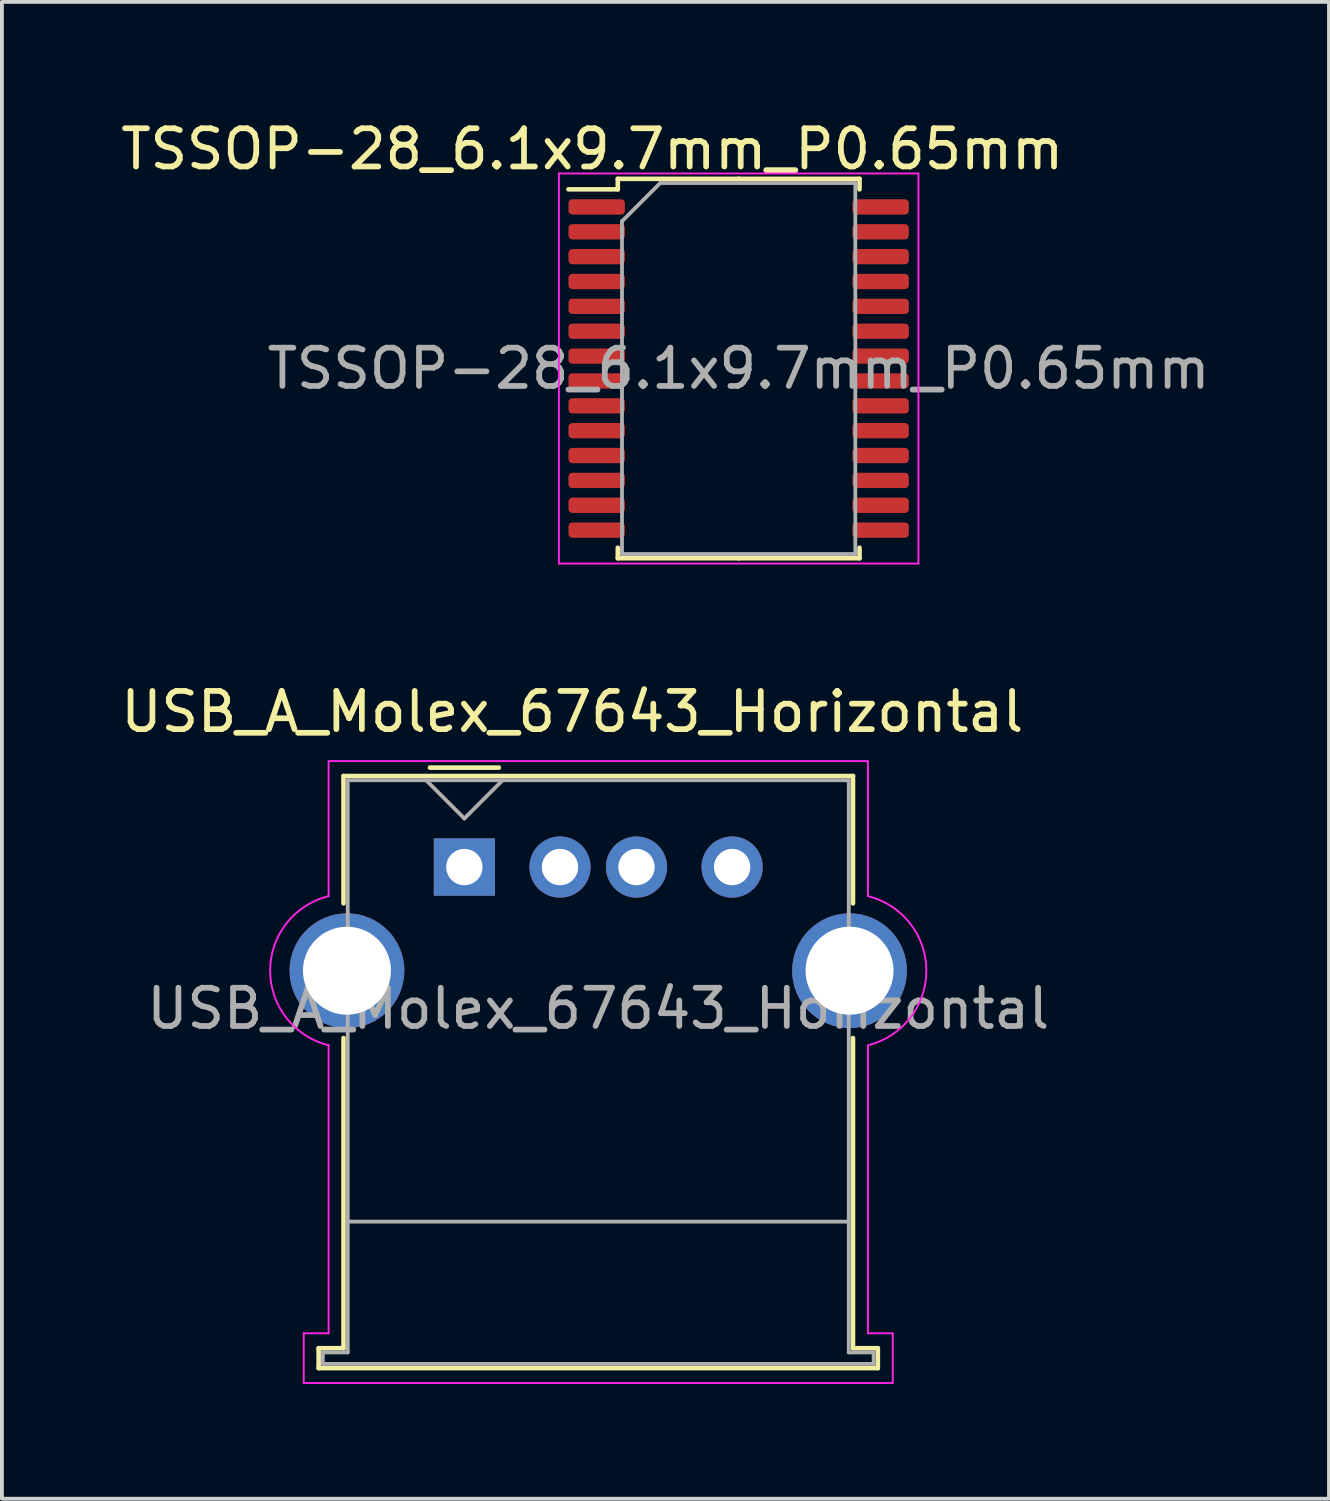
<source format=kicad_pcb>
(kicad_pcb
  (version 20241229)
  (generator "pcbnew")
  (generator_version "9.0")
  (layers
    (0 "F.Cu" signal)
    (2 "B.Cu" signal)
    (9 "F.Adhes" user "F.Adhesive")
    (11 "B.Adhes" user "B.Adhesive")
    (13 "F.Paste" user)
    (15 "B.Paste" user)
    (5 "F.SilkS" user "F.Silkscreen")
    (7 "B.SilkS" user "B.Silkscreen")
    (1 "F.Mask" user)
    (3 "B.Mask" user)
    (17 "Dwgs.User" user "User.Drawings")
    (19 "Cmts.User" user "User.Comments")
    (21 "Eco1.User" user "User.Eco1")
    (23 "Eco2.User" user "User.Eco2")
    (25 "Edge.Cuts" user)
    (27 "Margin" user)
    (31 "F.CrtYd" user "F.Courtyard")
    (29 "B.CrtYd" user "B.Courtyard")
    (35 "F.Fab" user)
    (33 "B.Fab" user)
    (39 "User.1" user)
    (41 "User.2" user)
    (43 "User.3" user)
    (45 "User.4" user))
  (footprint "TSSOP-28_6.1x9.7mm_P0.65mm"
    (layer "F.Cu")
    (at 16.262 6.585)
    (property "Reference" "TSSOP-28_6.1x9.7mm_P0.65mm" (at -3.827 -5.737 0) (layer "F.SilkS") (effects (font (size 1 1) (thickness 0.15))))
    (attr smd)
    (fp_line (start -3.16 -4.96) (end -3.16 -4.685) (stroke (width 0.12) (type solid)) (layer "F.SilkS"))
    (fp_line (start -3.16 -4.685) (end -4.45 -4.685) (stroke (width 0.12) (type solid)) (layer "F.SilkS"))
    (fp_line (start -3.16 4.96) (end -3.16 4.685) (stroke (width 0.12) (type solid)) (layer "F.SilkS"))
    (fp_line (start 0 -4.96) (end -3.16 -4.96) (stroke (width 0.12) (type solid)) (layer "F.SilkS"))
    (fp_line (start 0 -4.96) (end 3.16 -4.96) (stroke (width 0.12) (type solid)) (layer "F.SilkS"))
    (fp_line (start 0 4.96) (end -3.16 4.96) (stroke (width 0.12) (type solid)) (layer "F.SilkS"))
    (fp_line (start 0 4.96) (end 3.16 4.96) (stroke (width 0.12) (type solid)) (layer "F.SilkS"))
    (fp_line (start 3.16 -4.96) (end 3.16 -4.685) (stroke (width 0.12) (type solid)) (layer "F.SilkS"))
    (fp_line (start 3.16 4.96) (end 3.16 4.685) (stroke (width 0.12) (type solid)) (layer "F.SilkS"))
    (fp_line (start -4.7 -5.1) (end -4.7 5.1) (stroke (width 0.05) (type solid)) (layer "F.CrtYd"))
    (fp_line (start -4.7 5.1) (end 4.7 5.1) (stroke (width 0.05) (type solid)) (layer "F.CrtYd"))
    (fp_line (start 4.7 -5.1) (end -4.7 -5.1) (stroke (width 0.05) (type solid)) (layer "F.CrtYd"))
    (fp_line (start 4.7 5.1) (end 4.7 -5.1) (stroke (width 0.05) (type solid)) (layer "F.CrtYd"))
    (fp_line (start -3.05 -3.85) (end -2.05 -4.85) (stroke (width 0.1) (type solid)) (layer "F.Fab"))
    (fp_line (start -3.05 4.85) (end -3.05 -3.85) (stroke (width 0.1) (type solid)) (layer "F.Fab"))
    (fp_line (start -2.05 -4.85) (end 3.05 -4.85) (stroke (width 0.1) (type solid)) (layer "F.Fab"))
    (fp_line (start 3.05 -4.85) (end 3.05 4.85) (stroke (width 0.1) (type solid)) (layer "F.Fab"))
    (fp_line (start 3.05 4.85) (end -3.05 4.85) (stroke (width 0.1) (type solid)) (layer "F.Fab"))
    (fp_text user "${REFERENCE}" (at 0 0 0) (layer "F.Fab") (effects (font (size 1 1) (thickness 0.15))))
    (pad "1" smd roundrect (at -3.712 -4.225) (size 1.475 0.4) (layers "F.Cu" "F.Mask" "F.Paste") (roundrect_rratio 0.25))
    (pad "2" smd roundrect (at -3.712 -3.575) (size 1.475 0.4) (layers "F.Cu" "F.Mask" "F.Paste") (roundrect_rratio 0.25))
    (pad "3" smd roundrect (at -3.712 -2.925) (size 1.475 0.4) (layers "F.Cu" "F.Mask" "F.Paste") (roundrect_rratio 0.25))
    (pad "4" smd roundrect (at -3.712 -2.275) (size 1.475 0.4) (layers "F.Cu" "F.Mask" "F.Paste") (roundrect_rratio 0.25))
    (pad "5" smd roundrect (at -3.712 -1.625) (size 1.475 0.4) (layers "F.Cu" "F.Mask" "F.Paste") (roundrect_rratio 0.25))
    (pad "6" smd roundrect (at -3.712 -0.975) (size 1.475 0.4) (layers "F.Cu" "F.Mask" "F.Paste") (roundrect_rratio 0.25))
    (pad "7" smd roundrect (at -3.712 -0.325) (size 1.475 0.4) (layers "F.Cu" "F.Mask" "F.Paste") (roundrect_rratio 0.25))
    (pad "8" smd roundrect (at -3.712 0.325) (size 1.475 0.4) (layers "F.Cu" "F.Mask" "F.Paste") (roundrect_rratio 0.25))
    (pad "9" smd roundrect (at -3.712 0.975) (size 1.475 0.4) (layers "F.Cu" "F.Mask" "F.Paste") (roundrect_rratio 0.25))
    (pad "10" smd roundrect (at -3.712 1.625) (size 1.475 0.4) (layers "F.Cu" "F.Mask" "F.Paste") (roundrect_rratio 0.25))
    (pad "11" smd roundrect (at -3.712 2.275) (size 1.475 0.4) (layers "F.Cu" "F.Mask" "F.Paste") (roundrect_rratio 0.25))
    (pad "12" smd roundrect (at -3.712 2.925) (size 1.475 0.4) (layers "F.Cu" "F.Mask" "F.Paste") (roundrect_rratio 0.25))
    (pad "13" smd roundrect (at -3.712 3.575) (size 1.475 0.4) (layers "F.Cu" "F.Mask" "F.Paste") (roundrect_rratio 0.25))
    (pad "14" smd roundrect (at -3.712 4.225) (size 1.475 0.4) (layers "F.Cu" "F.Mask" "F.Paste") (roundrect_rratio 0.25))
    (pad "15" smd roundrect (at 3.712 4.225) (size 1.475 0.4) (layers "F.Cu" "F.Mask" "F.Paste") (roundrect_rratio 0.25))
    (pad "16" smd roundrect (at 3.712 3.575) (size 1.475 0.4) (layers "F.Cu" "F.Mask" "F.Paste") (roundrect_rratio 0.25))
    (pad "17" smd roundrect (at 3.712 2.925) (size 1.475 0.4) (layers "F.Cu" "F.Mask" "F.Paste") (roundrect_rratio 0.25))
    (pad "18" smd roundrect (at 3.712 2.275) (size 1.475 0.4) (layers "F.Cu" "F.Mask" "F.Paste") (roundrect_rratio 0.25))
    (pad "19" smd roundrect (at 3.712 1.625) (size 1.475 0.4) (layers "F.Cu" "F.Mask" "F.Paste") (roundrect_rratio 0.25))
    (pad "20" smd roundrect (at 3.712 0.975) (size 1.475 0.4) (layers "F.Cu" "F.Mask" "F.Paste") (roundrect_rratio 0.25))
    (pad "21" smd roundrect (at 3.712 0.325) (size 1.475 0.4) (layers "F.Cu" "F.Mask" "F.Paste") (roundrect_rratio 0.25))
    (pad "22" smd roundrect (at 3.712 -0.325) (size 1.475 0.4) (layers "F.Cu" "F.Mask" "F.Paste") (roundrect_rratio 0.25))
    (pad "23" smd roundrect (at 3.712 -0.975) (size 1.475 0.4) (layers "F.Cu" "F.Mask" "F.Paste") (roundrect_rratio 0.25))
    (pad "24" smd roundrect (at 3.712 -1.625) (size 1.475 0.4) (layers "F.Cu" "F.Mask" "F.Paste") (roundrect_rratio 0.25))
    (pad "25" smd roundrect (at 3.712 -2.275) (size 1.475 0.4) (layers "F.Cu" "F.Mask" "F.Paste") (roundrect_rratio 0.25))
    (pad "26" smd roundrect (at 3.712 -2.925) (size 1.475 0.4) (layers "F.Cu" "F.Mask" "F.Paste") (roundrect_rratio 0.25))
    (pad "27" smd roundrect (at 3.712 -3.575) (size 1.475 0.4) (layers "F.Cu" "F.Mask" "F.Paste") (roundrect_rratio 0.25))
    (pad "28" smd roundrect (at 3.712 -4.225) (size 1.475 0.4) (layers "F.Cu" "F.Mask" "F.Paste") (roundrect_rratio 0.25)))
  (footprint "USB_A_Molex_67643_Horizontal"
    (layer "F.Cu")
    (at 9.091 19.619)
    (property "Reference" "USB_A_Molex_67643_Horizontal" (at 2.82 -4.06 0) (layer "F.SilkS") (effects (font (size 1 1) (thickness 0.15))))
    (attr through_hole)
    (fp_line (start -3.81 12.58) (end -3.81 13.1) (stroke (width 0.12) (type solid)) (layer "F.SilkS"))
    (fp_line (start -3.81 13.1) (end 10.81 13.1) (stroke (width 0.12) (type solid)) (layer "F.SilkS"))
    (fp_line (start -3.16 -2.38) (end -3.16 0.95) (stroke (width 0.12) (type solid)) (layer "F.SilkS"))
    (fp_line (start -3.16 -2.38) (end 10.16 -2.38) (stroke (width 0.12) (type solid)) (layer "F.SilkS"))
    (fp_line (start -3.16 12.58) (end -3.81 12.58) (stroke (width 0.12) (type solid)) (layer "F.SilkS"))
    (fp_line (start -3.16 12.58) (end -3.16 4.47) (stroke (width 0.12) (type solid)) (layer "F.SilkS"))
    (fp_line (start -0.9 -2.6) (end 0.9 -2.6) (stroke (width 0.12) (type solid)) (layer "F.SilkS"))
    (fp_line (start 10.16 -2.38) (end 10.16 0.95) (stroke (width 0.12) (type solid)) (layer "F.SilkS"))
    (fp_line (start 10.16 4.47) (end 10.16 12.58) (stroke (width 0.12) (type solid)) (layer "F.SilkS"))
    (fp_line (start 10.81 12.58) (end 10.16 12.58) (stroke (width 0.12) (type solid)) (layer "F.SilkS"))
    (fp_line (start 10.81 13.1) (end 10.81 12.58) (stroke (width 0.12) (type solid)) (layer "F.SilkS"))
    (fp_line (start -4.2 12.19) (end -3.55 12.19) (stroke (width 0.05) (type solid)) (layer "F.CrtYd"))
    (fp_line (start -4.2 13.49) (end -4.2 12.19) (stroke (width 0.05) (type solid)) (layer "F.CrtYd"))
    (fp_line (start -4.2 13.49) (end 11.2 13.49) (stroke (width 0.05) (type solid)) (layer "F.CrtYd"))
    (fp_line (start -3.55 -2.77) (end -3.55 0.76) (stroke (width 0.05) (type solid)) (layer "F.CrtYd"))
    (fp_line (start -3.55 -2.77) (end 10.55 -2.77) (stroke (width 0.05) (type solid)) (layer "F.CrtYd"))
    (fp_line (start -3.55 12.19) (end -3.55 4.66) (stroke (width 0.05) (type solid)) (layer "F.CrtYd"))
    (fp_line (start 10.55 -2.77) (end 10.55 0.76) (stroke (width 0.05) (type solid)) (layer "F.CrtYd"))
    (fp_line (start 10.55 12.19) (end 10.55 4.66) (stroke (width 0.05) (type solid)) (layer "F.CrtYd"))
    (fp_line (start 11.2 12.19) (end 10.55 12.19) (stroke (width 0.05) (type solid)) (layer "F.CrtYd"))
    (fp_line (start 11.2 13.49) (end 11.2 12.19) (stroke (width 0.05) (type solid)) (layer "F.CrtYd"))
    (fp_arc (start -3.55 4.66) (mid -5.078208 2.71) (end -3.55 0.76) (stroke (width 0.05) (type solid)) (layer "F.CrtYd"))
    (fp_arc (start 10.55 0.76) (mid 12.078208 2.71) (end 10.55 4.66) (stroke (width 0.05) (type solid)) (layer "F.CrtYd"))
    (fp_line (start -3.7 12.69) (end -3.7 12.99) (stroke (width 0.1) (type solid)) (layer "F.Fab"))
    (fp_line (start -3.7 12.99) (end 10.7 12.99) (stroke (width 0.1) (type solid)) (layer "F.Fab"))
    (fp_line (start -3.05 -2.27) (end 10.05 -2.27) (stroke (width 0.1) (type solid)) (layer "F.Fab"))
    (fp_line (start -3.05 9.27) (end 10.05 9.27) (stroke (width 0.1) (type solid)) (layer "F.Fab"))
    (fp_line (start -3.05 12.69) (end -3.7 12.69) (stroke (width 0.1) (type solid)) (layer "F.Fab"))
    (fp_line (start -3.05 12.69) (end -3.05 -2.27) (stroke (width 0.1) (type solid)) (layer "F.Fab"))
    (fp_line (start -1 -2.27) (end 0 -1.27) (stroke (width 0.1) (type solid)) (layer "F.Fab"))
    (fp_line (start 0 -1.27) (end 1 -2.27) (stroke (width 0.1) (type solid)) (layer "F.Fab"))
    (fp_line (start 10.05 -2.27) (end 10.05 12.69) (stroke (width 0.1) (type solid)) (layer "F.Fab"))
    (fp_line (start 10.7 12.69) (end 10.05 12.69) (stroke (width 0.1) (type solid)) (layer "F.Fab"))
    (fp_line (start 10.7 12.99) (end 10.7 12.69) (stroke (width 0.1) (type solid)) (layer "F.Fab"))
    (fp_text user "${REFERENCE}" (at 3.5 3.7 0) (layer "F.Fab") (effects (font (size 1 1) (thickness 0.15))))
    (pad "1" thru_hole rect (at 0 0) (size 1.6 1.5) (drill 0.95) (layers "*.Cu" "*.Mask"))
    (pad "2" thru_hole circle (at 2.5 0) (size 1.6 1.6) (drill 0.95) (layers "*.Cu" "*.Mask"))
    (pad "3" thru_hole circle (at 4.5 0) (size 1.6 1.6) (drill 0.95) (layers "*.Cu" "*.Mask"))
    (pad "4" thru_hole circle (at 7 0) (size 1.6 1.6) (drill 0.95) (layers "*.Cu" "*.Mask"))
    (pad "5" thru_hole circle (at -3.07 2.71) (size 3 3) (drill 2.3) (layers "*.Cu" "*.Mask"))
    (pad "5" thru_hole circle (at 10.07 2.71) (size 3 3) (drill 2.3) (layers "*.Cu" "*.Mask")))
  (gr_rect
    (start -3 -3)
    (end 31.696 36.134)
    (stroke (width 0.1) (type default))
    (fill no)
    (layer "Edge.Cuts")))
</source>
